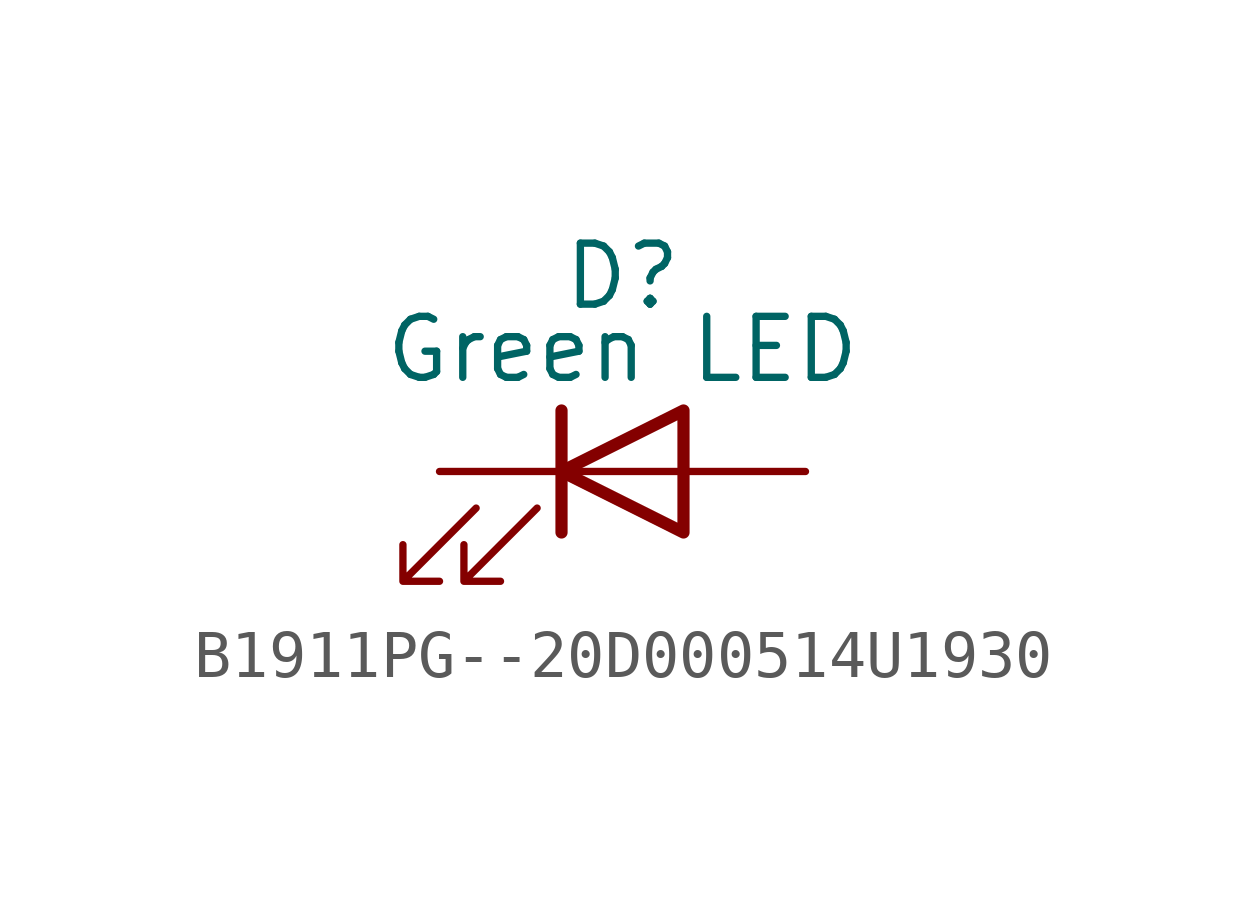
<source format=kicad_sym>
(kicad_symbol_lib
  (version 20241209)
  (generator "kicad_symbol_editor")
  (generator_version "9.0")
  (symbol "B1911PG--20D000514U1930"
    (property "Reference" "D"
      (at 0 4.064 0)
      (effects (font (size 1.27 1.27))))
    (property "Value" "Green LED"
      (at 0 2.54 0)
      (effects (font (size 1.27 1.27))))
    (symbol "B1911PG--20D000514U1930_0_1"
      (polyline (pts (xy -3.048 -0.762) (xy -4.572 -2.286) (xy -3.81 -2.286) (xy -4.572 -2.286) (xy -4.572 -1.524)) (stroke (width 0) (type default)) (fill (type none)))
      (polyline (pts (xy -1.778 -0.762) (xy -3.302 -2.286) (xy -2.54 -2.286) (xy -3.302 -2.286) (xy -3.302 -1.524)) (stroke (width 0) (type default)) (fill (type none)))
      (polyline (pts (xy -1.27 0) (xy 1.27 0)) (stroke (width 0) (type default)) (fill (type none)))
      (polyline (pts (xy -1.27 -1.27) (xy -1.27 1.27)) (stroke (width 0.254) (type default)) (fill (type none)))
      (polyline (pts (xy 1.27 -1.27) (xy 1.27 1.27) (xy -1.27 0) (xy 1.27 -1.27)) (stroke (width 0.254) (type default)) (fill (type none))))
    (symbol "B1911PG--20D000514U1930_1_1"
      (pin passive line (at -3.81 0 0) (length 2.54) (name "K" (effects (font (size 0 0)))) (number "1" (effects (font (size 0 0)))))
      (pin passive line (at 3.81 0 180) (length 2.54) (name "A" (effects (font (size 0 0)))) (number "2" (effects (font (size 0 0))))))))
</source>
